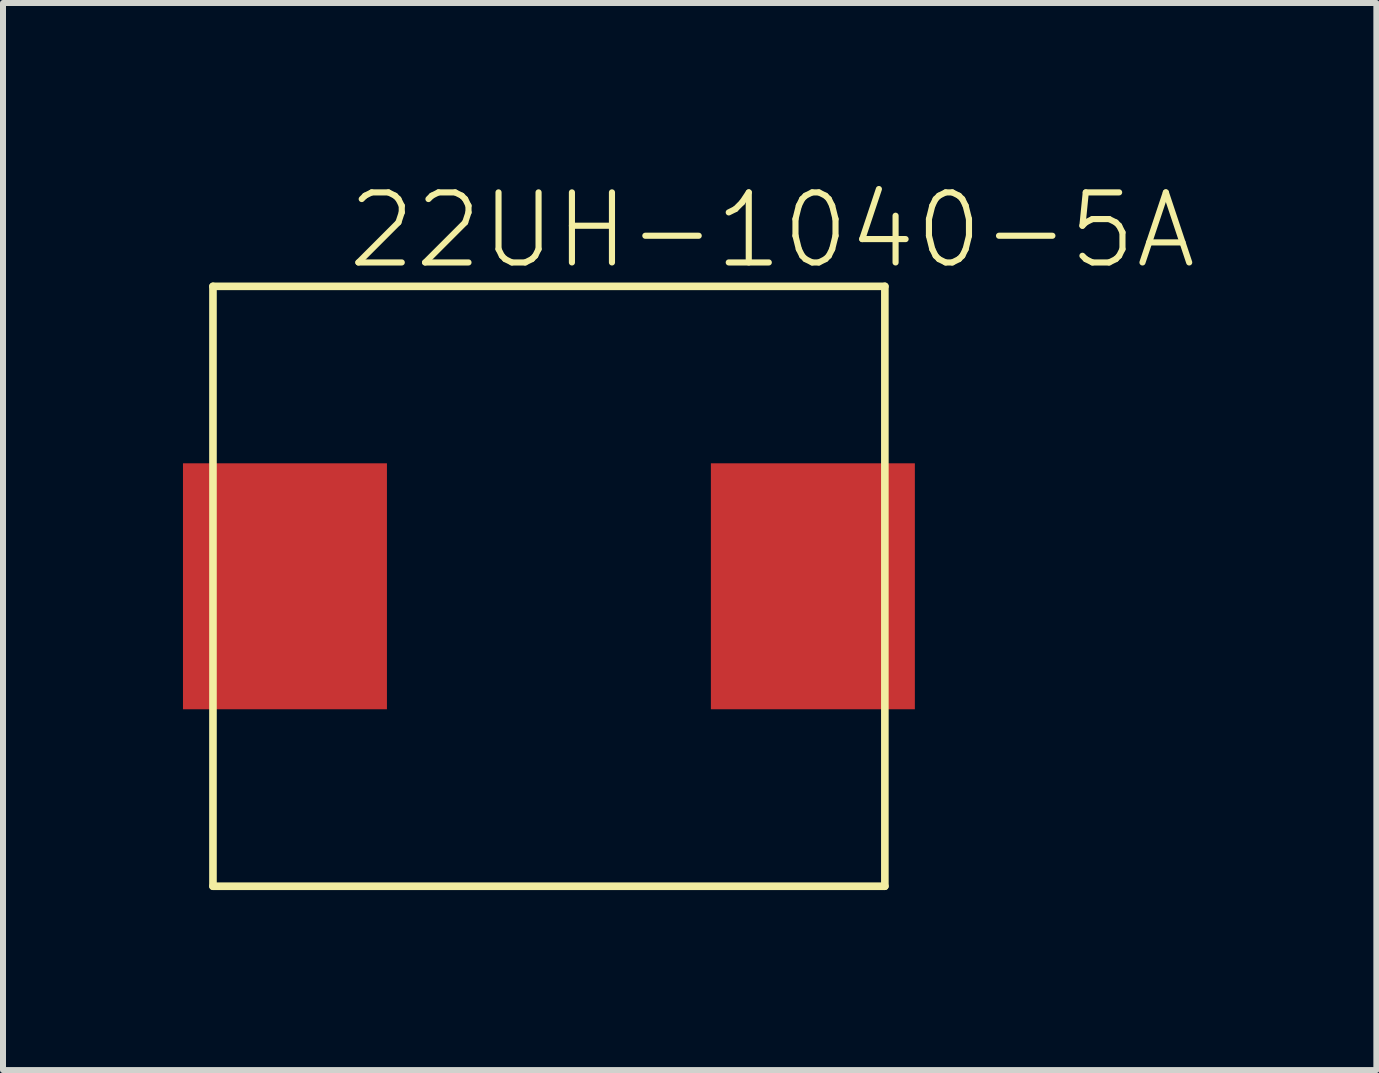
<source format=kicad_pcb>
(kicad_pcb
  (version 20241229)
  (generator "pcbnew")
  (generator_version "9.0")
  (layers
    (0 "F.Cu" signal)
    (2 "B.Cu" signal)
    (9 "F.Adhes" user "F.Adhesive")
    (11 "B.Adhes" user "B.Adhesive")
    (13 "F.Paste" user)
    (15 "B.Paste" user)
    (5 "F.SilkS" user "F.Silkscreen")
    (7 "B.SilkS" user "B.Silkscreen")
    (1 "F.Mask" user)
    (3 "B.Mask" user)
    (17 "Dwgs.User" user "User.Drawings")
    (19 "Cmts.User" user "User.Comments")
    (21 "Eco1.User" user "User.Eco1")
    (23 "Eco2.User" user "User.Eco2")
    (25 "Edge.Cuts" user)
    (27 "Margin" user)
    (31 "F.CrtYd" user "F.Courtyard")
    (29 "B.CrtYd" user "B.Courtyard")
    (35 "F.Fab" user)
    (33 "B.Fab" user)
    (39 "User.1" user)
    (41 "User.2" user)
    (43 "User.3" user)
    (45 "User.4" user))
  (footprint "22UH-1040-5A"
    (layer "F.Cu")
    (at 6.1 6.723)
    (property "Reference" "22UH-1040-5A" (at -3.41 -5.25 0) (layer "F.SilkS") (effects (font (size 1.168 1.168) (thickness 0.102)) (justify left bottom)))
    (fp_line (start -5.6 -5) (end 5.6 -5) (stroke (width 0.127) (type solid)) (layer "F.SilkS"))
    (fp_line (start -5.6 5) (end -5.6 -5) (stroke (width 0.127) (type solid)) (layer "F.SilkS"))
    (fp_line (start 5.6 -5) (end 5.6 5) (stroke (width 0.127) (type solid)) (layer "F.SilkS"))
    (fp_line (start 5.6 5) (end -5.6 5) (stroke (width 0.127) (type solid)) (layer "F.SilkS"))
    (pad "P$1" smd rect (at -4.4 0) (size 3.4 4.1) (layers "F.Cu" "F.Mask" "F.Paste"))
    (pad "P$2" smd rect (at 4.4 0) (size 3.4 4.1) (layers "F.Cu" "F.Mask" "F.Paste")))
  (gr_rect
    (start -3 -3)
    (end 19.893 14.787)
    (stroke (width 0.1) (type default))
    (fill no)
    (layer "Edge.Cuts")))
</source>
